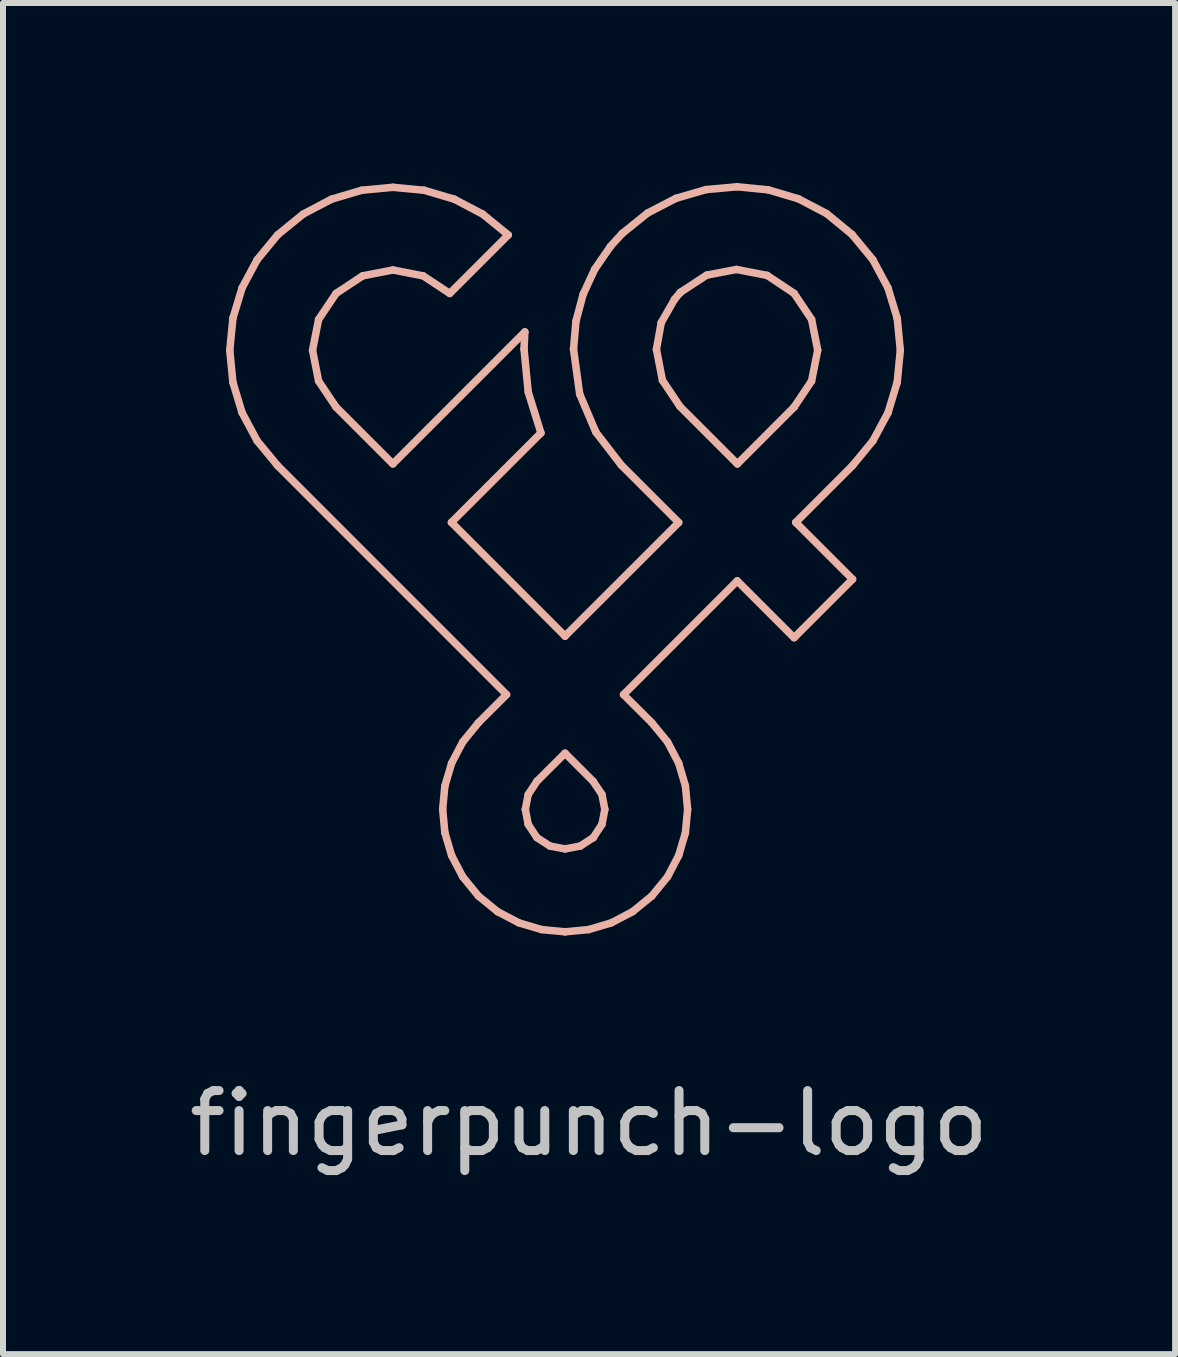
<source format=kicad_pcb>
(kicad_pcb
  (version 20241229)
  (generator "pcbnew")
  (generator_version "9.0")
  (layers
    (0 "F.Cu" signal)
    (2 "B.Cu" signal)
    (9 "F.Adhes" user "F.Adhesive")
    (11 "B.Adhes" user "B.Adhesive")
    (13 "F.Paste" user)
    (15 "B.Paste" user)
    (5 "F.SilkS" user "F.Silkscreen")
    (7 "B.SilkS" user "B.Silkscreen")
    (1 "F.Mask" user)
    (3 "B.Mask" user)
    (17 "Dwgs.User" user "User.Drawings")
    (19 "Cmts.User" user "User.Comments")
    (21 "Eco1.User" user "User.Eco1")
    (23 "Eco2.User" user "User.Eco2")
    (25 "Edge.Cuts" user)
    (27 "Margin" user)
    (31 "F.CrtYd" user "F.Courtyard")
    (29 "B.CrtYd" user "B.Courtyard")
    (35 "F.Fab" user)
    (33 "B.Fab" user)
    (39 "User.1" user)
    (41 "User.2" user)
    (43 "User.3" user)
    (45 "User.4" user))
  (footprint "fingerpunch-logo"
    (layer "F.Cu")
    (at 6.368 6.272)
    (property "Reference" "fingerpunch-logo" (at 0.4 9.4 0) (unlocked yes) (layer "Dwgs.User") (effects (font (size 1 1) (thickness 0.15))))
    (fp_line (start -5.588 -3.484) (end -5.536 -2.949) (stroke (width 0.125) (type solid)) (layer "B.SilkS"))
    (fp_line (start -5.536 -4.018) (end -5.588 -3.484) (stroke (width 0.125) (type solid)) (layer "B.SilkS"))
    (fp_line (start -5.536 -2.949) (end -5.383 -2.443) (stroke (width 0.125) (type solid)) (layer "B.SilkS"))
    (fp_line (start -5.383 -4.524) (end -5.536 -4.018) (stroke (width 0.125) (type solid)) (layer "B.SilkS"))
    (fp_line (start -5.383 -2.443) (end -5.133 -1.976) (stroke (width 0.125) (type solid)) (layer "B.SilkS"))
    (fp_line (start -5.133 -4.991) (end -5.383 -4.524) (stroke (width 0.125) (type solid)) (layer "B.SilkS"))
    (fp_line (start -5.133 -1.976) (end -4.792 -1.562) (stroke (width 0.125) (type solid)) (layer "B.SilkS"))
    (fp_line (start -4.792 -5.406) (end -5.133 -4.991) (stroke (width 0.125) (type solid)) (layer "B.SilkS"))
    (fp_line (start -4.792 -1.562) (end -0.975 2.255) (stroke (width 0.125) (type solid)) (layer "B.SilkS"))
    (fp_line (start -4.366 -5.753) (end -4.792 -5.406) (stroke (width 0.125) (type solid)) (layer "B.SilkS"))
    (fp_line (start -4.209 -3.484) (end -4.108 -3.997) (stroke (width 0.125) (type solid)) (layer "B.SilkS"))
    (fp_line (start -4.108 -3.997) (end -3.817 -4.431) (stroke (width 0.125) (type solid)) (layer "B.SilkS"))
    (fp_line (start -4.108 -2.971) (end -4.209 -3.484) (stroke (width 0.125) (type solid)) (layer "B.SilkS"))
    (fp_line (start -3.893 -6.002) (end -4.366 -5.753) (stroke (width 0.125) (type solid)) (layer "B.SilkS"))
    (fp_line (start -3.817 -4.431) (end -3.374 -4.724) (stroke (width 0.125) (type solid)) (layer "B.SilkS"))
    (fp_line (start -3.817 -2.537) (end -4.108 -2.971) (stroke (width 0.125) (type solid)) (layer "B.SilkS"))
    (fp_line (start -3.389 -6.151) (end -3.893 -6.002) (stroke (width 0.125) (type solid)) (layer "B.SilkS"))
    (fp_line (start -3.374 -4.724) (end -2.869 -4.822) (stroke (width 0.125) (type solid)) (layer "B.SilkS"))
    (fp_line (start -2.87 -1.59) (end -3.817 -2.537) (stroke (width 0.125) (type solid)) (layer "B.SilkS"))
    (fp_line (start -2.869 -6.2) (end -3.389 -6.151) (stroke (width 0.125) (type solid)) (layer "B.SilkS"))
    (fp_line (start -2.869 -4.822) (end -2.365 -4.724) (stroke (width 0.125) (type solid)) (layer "B.SilkS"))
    (fp_line (start -2.365 -4.724) (end -1.922 -4.431) (stroke (width 0.125) (type solid)) (layer "B.SilkS"))
    (fp_line (start -2.35 -6.151) (end -2.869 -6.2) (stroke (width 0.125) (type solid)) (layer "B.SilkS"))
    (fp_line (start -2.04 4.168) (end -2.003 4.558) (stroke (width 0.125) (type solid)) (layer "B.SilkS"))
    (fp_line (start -2.003 3.778) (end -2.04 4.168) (stroke (width 0.125) (type solid)) (layer "B.SilkS"))
    (fp_line (start -2.003 4.558) (end -1.891 4.937) (stroke (width 0.125) (type solid)) (layer "B.SilkS"))
    (fp_line (start -1.922 -4.431) (end -0.947 -5.406) (stroke (width 0.125) (type solid)) (layer "B.SilkS"))
    (fp_line (start -1.894 -0.615) (end -0.402 -2.106) (stroke (width 0.125) (type solid)) (layer "B.SilkS"))
    (fp_line (start -1.891 3.399) (end -2.003 3.778) (stroke (width 0.125) (type solid)) (layer "B.SilkS"))
    (fp_line (start -1.891 4.937) (end -1.705 5.292) (stroke (width 0.125) (type solid)) (layer "B.SilkS"))
    (fp_line (start -1.846 -6.002) (end -2.35 -6.151) (stroke (width 0.125) (type solid)) (layer "B.SilkS"))
    (fp_line (start -1.705 3.044) (end -1.891 3.399) (stroke (width 0.125) (type solid)) (layer "B.SilkS"))
    (fp_line (start -1.705 5.292) (end -1.444 5.612) (stroke (width 0.125) (type solid)) (layer "B.SilkS"))
    (fp_line (start -1.444 2.724) (end -1.705 3.044) (stroke (width 0.125) (type solid)) (layer "B.SilkS"))
    (fp_line (start -1.444 5.612) (end -1.124 5.873) (stroke (width 0.125) (type solid)) (layer "B.SilkS"))
    (fp_line (start -1.373 -5.753) (end -1.846 -6.002) (stroke (width 0.125) (type solid)) (layer "B.SilkS"))
    (fp_line (start -1.124 5.873) (end -0.768 6.06) (stroke (width 0.125) (type solid)) (layer "B.SilkS"))
    (fp_line (start -0.975 2.255) (end -1.444 2.724) (stroke (width 0.125) (type solid)) (layer "B.SilkS"))
    (fp_line (start -0.947 -5.406) (end -1.373 -5.753) (stroke (width 0.125) (type solid)) (layer "B.SilkS"))
    (fp_line (start -0.768 6.06) (end -0.389 6.172) (stroke (width 0.125) (type solid)) (layer "B.SilkS"))
    (fp_line (start -0.684 -3.506) (end -0.67 -3.79) (stroke (width 0.125) (type solid)) (layer "B.SilkS"))
    (fp_line (start -0.67 -3.79) (end -2.87 -1.59) (stroke (width 0.125) (type solid)) (layer "B.SilkS"))
    (fp_line (start -0.662 4.169) (end -0.614 3.92) (stroke (width 0.125) (type solid)) (layer "B.SilkS"))
    (fp_line (start -0.614 3.92) (end -0.469 3.7) (stroke (width 0.125) (type solid)) (layer "B.SilkS"))
    (fp_line (start -0.614 4.419) (end -0.662 4.169) (stroke (width 0.125) (type solid)) (layer "B.SilkS"))
    (fp_line (start -0.614 -2.787) (end -0.684 -3.506) (stroke (width 0.125) (type solid)) (layer "B.SilkS"))
    (fp_line (start -0.469 3.7) (end -0.000018 3.232) (stroke (width 0.125) (type solid)) (layer "B.SilkS"))
    (fp_line (start -0.469 4.639) (end -0.614 4.419) (stroke (width 0.125) (type solid)) (layer "B.SilkS"))
    (fp_line (start -0.402 -2.106) (end -0.614 -2.787) (stroke (width 0.125) (type solid)) (layer "B.SilkS"))
    (fp_line (start -0.389 6.172) (end 0.001 6.209) (stroke (width 0.125) (type solid)) (layer "B.SilkS"))
    (fp_line (start -0.251 4.78) (end -0.469 4.639) (stroke (width 0.125) (type solid)) (layer "B.SilkS"))
    (fp_line (start -0.000018 3.232) (end 0.468 3.7) (stroke (width 0.125) (type solid)) (layer "B.SilkS"))
    (fp_line (start -0.000017 1.28) (end -1.894 -0.615) (stroke (width 0.125) (type solid)) (layer "B.SilkS"))
    (fp_line (start -0.000017 1.28) (end -0.000017 1.28) (stroke (width 0.125) (type solid)) (layer "B.SilkS"))
    (fp_line (start 0.001 4.827) (end -0.251 4.78) (stroke (width 0.125) (type solid)) (layer "B.SilkS"))
    (fp_line (start 0.001 6.209) (end 0.392 6.172) (stroke (width 0.125) (type solid)) (layer "B.SilkS"))
    (fp_line (start 0.141 -3.502) (end 0.244 -2.753) (stroke (width 0.125) (type solid)) (layer "B.SilkS"))
    (fp_line (start 0.182 -3.969) (end 0.141 -3.502) (stroke (width 0.125) (type solid)) (layer "B.SilkS"))
    (fp_line (start 0.244 -2.753) (end 0.512 -2.121) (stroke (width 0.125) (type solid)) (layer "B.SilkS"))
    (fp_line (start 0.253 4.78) (end 0.001 4.827) (stroke (width 0.125) (type solid)) (layer "B.SilkS"))
    (fp_line (start 0.301 -4.416) (end 0.182 -3.969) (stroke (width 0.125) (type solid)) (layer "B.SilkS"))
    (fp_line (start 0.392 6.172) (end 0.77 6.06) (stroke (width 0.125) (type solid)) (layer "B.SilkS"))
    (fp_line (start 0.468 3.7) (end 0.615 3.919) (stroke (width 0.125) (type solid)) (layer "B.SilkS"))
    (fp_line (start 0.47 4.639) (end 0.253 4.78) (stroke (width 0.125) (type solid)) (layer "B.SilkS"))
    (fp_line (start 0.47 4.639) (end 0.47 4.639) (stroke (width 0.125) (type solid)) (layer "B.SilkS"))
    (fp_line (start 0.494 -4.834) (end 0.301 -4.416) (stroke (width 0.125) (type solid)) (layer "B.SilkS"))
    (fp_line (start 0.512 -2.121) (end 0.937 -1.57) (stroke (width 0.125) (type solid)) (layer "B.SilkS"))
    (fp_line (start 0.615 3.919) (end 0.663 4.169) (stroke (width 0.125) (type solid)) (layer "B.SilkS"))
    (fp_line (start 0.615 4.419) (end 0.47 4.639) (stroke (width 0.125) (type solid)) (layer "B.SilkS"))
    (fp_line (start 0.663 4.169) (end 0.615 4.419) (stroke (width 0.125) (type solid)) (layer "B.SilkS"))
    (fp_line (start 0.758 -5.217) (end 0.494 -4.834) (stroke (width 0.125) (type solid)) (layer "B.SilkS"))
    (fp_line (start 0.77 6.06) (end 1.126 5.873) (stroke (width 0.125) (type solid)) (layer "B.SilkS"))
    (fp_line (start 0.937 -1.57) (end 1.894 -0.613) (stroke (width 0.125) (type solid)) (layer "B.SilkS"))
    (fp_line (start 0.95 -5.428) (end 0.758 -5.217) (stroke (width 0.125) (type solid)) (layer "B.SilkS"))
    (fp_line (start 0.975 2.255) (end 2.87 0.36) (stroke (width 0.125) (type solid)) (layer "B.SilkS"))
    (fp_line (start 1.126 5.873) (end 1.446 5.612) (stroke (width 0.125) (type solid)) (layer "B.SilkS"))
    (fp_line (start 1.375 -5.771) (end 0.95 -5.428) (stroke (width 0.125) (type solid)) (layer "B.SilkS"))
    (fp_line (start 1.446 2.724) (end 0.975 2.255) (stroke (width 0.125) (type solid)) (layer "B.SilkS"))
    (fp_line (start 1.446 5.612) (end 1.708 5.292) (stroke (width 0.125) (type solid)) (layer "B.SilkS"))
    (fp_line (start 1.523 -3.499) (end 1.603 -3.945) (stroke (width 0.125) (type solid)) (layer "B.SilkS"))
    (fp_line (start 1.603 -3.945) (end 1.827 -4.336) (stroke (width 0.125) (type solid)) (layer "B.SilkS"))
    (fp_line (start 1.623 -2.983) (end 1.523 -3.499) (stroke (width 0.125) (type solid)) (layer "B.SilkS"))
    (fp_line (start 1.708 3.044) (end 1.446 2.724) (stroke (width 0.125) (type solid)) (layer "B.SilkS"))
    (fp_line (start 1.708 5.292) (end 1.894 4.937) (stroke (width 0.125) (type solid)) (layer "B.SilkS"))
    (fp_line (start 1.827 -4.336) (end 1.921 -4.447) (stroke (width 0.125) (type solid)) (layer "B.SilkS"))
    (fp_line (start 1.848 -6.016) (end 1.375 -5.771) (stroke (width 0.125) (type solid)) (layer "B.SilkS"))
    (fp_line (start 1.894 -0.613) (end -0.000017 1.28) (stroke (width 0.125) (type solid)) (layer "B.SilkS"))
    (fp_line (start 1.894 3.399) (end 1.708 3.044) (stroke (width 0.125) (type solid)) (layer "B.SilkS"))
    (fp_line (start 1.894 4.937) (end 2.006 4.558) (stroke (width 0.125) (type solid)) (layer "B.SilkS"))
    (fp_line (start 1.915 -2.547) (end 1.623 -2.983) (stroke (width 0.125) (type solid)) (layer "B.SilkS"))
    (fp_line (start 1.921 -4.447) (end 1.923 -4.45) (stroke (width 0.125) (type solid)) (layer "B.SilkS"))
    (fp_line (start 1.923 -4.45) (end 2.36 -4.736) (stroke (width 0.125) (type solid)) (layer "B.SilkS"))
    (fp_line (start 2.006 3.778) (end 1.894 3.399) (stroke (width 0.125) (type solid)) (layer "B.SilkS"))
    (fp_line (start 2.006 4.558) (end 2.043 4.168) (stroke (width 0.125) (type solid)) (layer "B.SilkS"))
    (fp_line (start 2.043 4.168) (end 2.006 3.778) (stroke (width 0.125) (type solid)) (layer "B.SilkS"))
    (fp_line (start 2.35 -6.162) (end 1.848 -6.016) (stroke (width 0.125) (type solid)) (layer "B.SilkS"))
    (fp_line (start 2.36 -4.736) (end 2.858 -4.831) (stroke (width 0.125) (type solid)) (layer "B.SilkS"))
    (fp_line (start 2.858 -4.831) (end 3.368 -4.732) (stroke (width 0.125) (type solid)) (layer "B.SilkS"))
    (fp_line (start 2.869 -6.209) (end 2.35 -6.162) (stroke (width 0.125) (type solid)) (layer "B.SilkS"))
    (fp_line (start 2.87 0.36) (end 3.817 1.307) (stroke (width 0.125) (type solid)) (layer "B.SilkS"))
    (fp_line (start 2.872 -1.59) (end 1.915 -2.547) (stroke (width 0.125) (type solid)) (layer "B.SilkS"))
    (fp_line (start 3.368 -4.732) (end 3.818 -4.432) (stroke (width 0.125) (type solid)) (layer "B.SilkS"))
    (fp_line (start 3.386 -6.158) (end 2.869 -6.209) (stroke (width 0.125) (type solid)) (layer "B.SilkS"))
    (fp_line (start 3.817 1.307) (end 4.792 0.332) (stroke (width 0.125) (type solid)) (layer "B.SilkS"))
    (fp_line (start 3.818 -4.432) (end 4.109 -3.998) (stroke (width 0.125) (type solid)) (layer "B.SilkS"))
    (fp_line (start 3.818 -2.537) (end 2.872 -1.59) (stroke (width 0.125) (type solid)) (layer "B.SilkS"))
    (fp_line (start 3.818 -2.537) (end 3.818 -2.537) (stroke (width 0.125) (type solid)) (layer "B.SilkS"))
    (fp_line (start 3.845 -0.615) (end 4.792 -1.562) (stroke (width 0.125) (type solid)) (layer "B.SilkS"))
    (fp_line (start 3.888 -6.009) (end 3.386 -6.158) (stroke (width 0.125) (type solid)) (layer "B.SilkS"))
    (fp_line (start 4.109 -2.972) (end 3.818 -2.537) (stroke (width 0.125) (type solid)) (layer "B.SilkS"))
    (fp_line (start 4.109 -3.998) (end 4.211 -3.485) (stroke (width 0.125) (type solid)) (layer "B.SilkS"))
    (fp_line (start 4.211 -3.485) (end 4.109 -2.972) (stroke (width 0.125) (type solid)) (layer "B.SilkS"))
    (fp_line (start 4.359 -5.762) (end 3.888 -6.009) (stroke (width 0.125) (type solid)) (layer "B.SilkS"))
    (fp_line (start 4.782 -5.415) (end 4.359 -5.762) (stroke (width 0.125) (type solid)) (layer "B.SilkS"))
    (fp_line (start 4.792 -1.562) (end 5.133 -1.977) (stroke (width 0.125) (type solid)) (layer "B.SilkS"))
    (fp_line (start 4.792 0.332) (end 3.845 -0.615) (stroke (width 0.125) (type solid)) (layer "B.SilkS"))
    (fp_line (start 5.129 -4.995) (end 4.782 -5.415) (stroke (width 0.125) (type solid)) (layer "B.SilkS"))
    (fp_line (start 5.133 -1.977) (end 5.383 -2.443) (stroke (width 0.125) (type solid)) (layer "B.SilkS"))
    (fp_line (start 5.381 -4.526) (end 5.129 -4.995) (stroke (width 0.125) (type solid)) (layer "B.SilkS"))
    (fp_line (start 5.383 -2.443) (end 5.536 -2.95) (stroke (width 0.125) (type solid)) (layer "B.SilkS"))
    (fp_line (start 5.536 -4.018) (end 5.381 -4.526) (stroke (width 0.125) (type solid)) (layer "B.SilkS"))
    (fp_line (start 5.536 -2.95) (end 5.588 -3.484) (stroke (width 0.125) (type solid)) (layer "B.SilkS"))
    (fp_line (start 5.588 -3.484) (end 5.536 -4.018) (stroke (width 0.125) (type solid)) (layer "B.SilkS")))
  (gr_rect
    (start -3 -3)
    (end 16.536 19.52)
    (stroke (width 0.1) (type default))
    (fill no)
    (layer "Edge.Cuts")))
</source>
